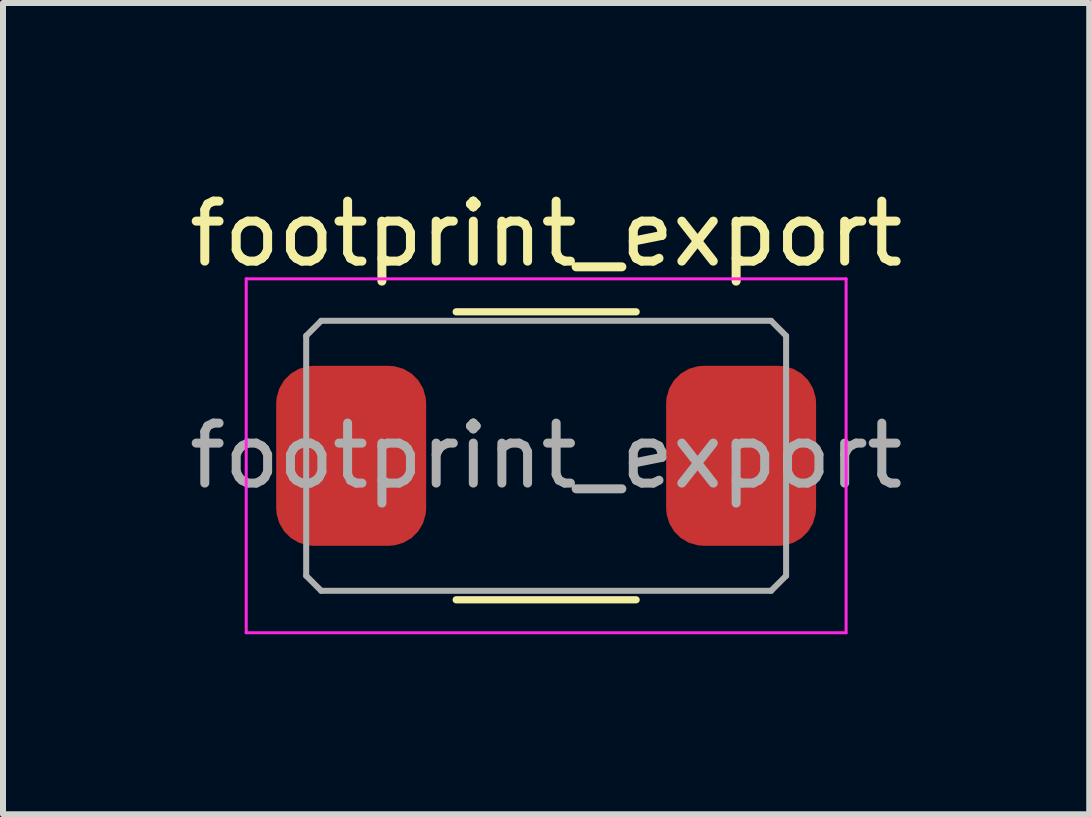
<source format=kicad_pcb>
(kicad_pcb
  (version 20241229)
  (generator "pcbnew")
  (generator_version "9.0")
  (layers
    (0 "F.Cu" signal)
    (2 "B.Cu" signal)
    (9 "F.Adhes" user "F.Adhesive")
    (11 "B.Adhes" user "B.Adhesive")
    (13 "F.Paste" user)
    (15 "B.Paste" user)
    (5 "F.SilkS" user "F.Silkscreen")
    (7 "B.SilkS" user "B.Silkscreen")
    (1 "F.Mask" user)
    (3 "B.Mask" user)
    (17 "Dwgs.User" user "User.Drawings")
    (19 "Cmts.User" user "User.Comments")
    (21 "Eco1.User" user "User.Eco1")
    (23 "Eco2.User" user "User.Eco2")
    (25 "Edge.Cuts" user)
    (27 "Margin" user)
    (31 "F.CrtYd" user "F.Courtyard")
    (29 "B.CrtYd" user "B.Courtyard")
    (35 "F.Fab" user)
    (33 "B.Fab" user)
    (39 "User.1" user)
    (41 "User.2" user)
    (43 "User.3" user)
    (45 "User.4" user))
  (footprint "footprint_export"
    (layer "F.Cu")
    (at 6.054 4.548)
    (property "Reference" "footprint_export" (at 0 -3.7 0) (layer "F.SilkS") (effects (font (size 1 1) (thickness 0.15))))
    (attr smd)
    (fp_line (start -1.5 2.4) (end 1.5 2.4) (stroke (width 0.12) (type solid)) (layer "F.SilkS"))
    (fp_line (start 1.5 -2.4) (end -1.5 -2.4) (stroke (width 0.12) (type solid)) (layer "F.SilkS"))
    (fp_line (start -5 -2.95) (end -5 2.95) (stroke (width 0.05) (type solid)) (layer "F.CrtYd"))
    (fp_line (start -5 2.95) (end 5 2.95) (stroke (width 0.05) (type solid)) (layer "F.CrtYd"))
    (fp_line (start 5 -2.95) (end -5 -2.95) (stroke (width 0.05) (type solid)) (layer "F.CrtYd"))
    (fp_line (start 5 2.95) (end 5 -2.95) (stroke (width 0.05) (type solid)) (layer "F.CrtYd"))
    (fp_line (start -4 -2) (end -3.75 -2.25) (stroke (width 0.1) (type solid)) (layer "F.Fab"))
    (fp_line (start -4 2) (end -4 -2) (stroke (width 0.1) (type solid)) (layer "F.Fab"))
    (fp_line (start -3.75 -2.25) (end 3.75 -2.25) (stroke (width 0.1) (type solid)) (layer "F.Fab"))
    (fp_line (start -3.75 2.25) (end -4 2) (stroke (width 0.1) (type solid)) (layer "F.Fab"))
    (fp_line (start 3.75 -2.25) (end 4 -2) (stroke (width 0.1) (type solid)) (layer "F.Fab"))
    (fp_line (start 3.75 2.25) (end -3.75 2.25) (stroke (width 0.1) (type solid)) (layer "F.Fab"))
    (fp_line (start 3.75 2.25) (end 4 2) (stroke (width 0.1) (type solid)) (layer "F.Fab"))
    (fp_line (start 4 -2) (end 4 2) (stroke (width 0.1) (type solid)) (layer "F.Fab"))
    (fp_text user "${REFERENCE}" (at 0 0 0) (layer "F.Fab") (effects (font (size 1 1) (thickness 0.15))))
    (pad "1" smd roundrect (at -3.25 0) (size 2.5 3) (layers "F.Cu" "F.Mask" "F.Paste") (roundrect_rratio 0.25))
    (pad "2" smd roundrect (at 3.25 0) (size 2.5 3) (layers "F.Cu" "F.Mask" "F.Paste") (roundrect_rratio 0.25)))
  (gr_rect
    (start -3 -3)
    (end 15.107 10.523)
    (stroke (width 0.1) (type default))
    (fill no)
    (layer "Edge.Cuts")))
</source>
